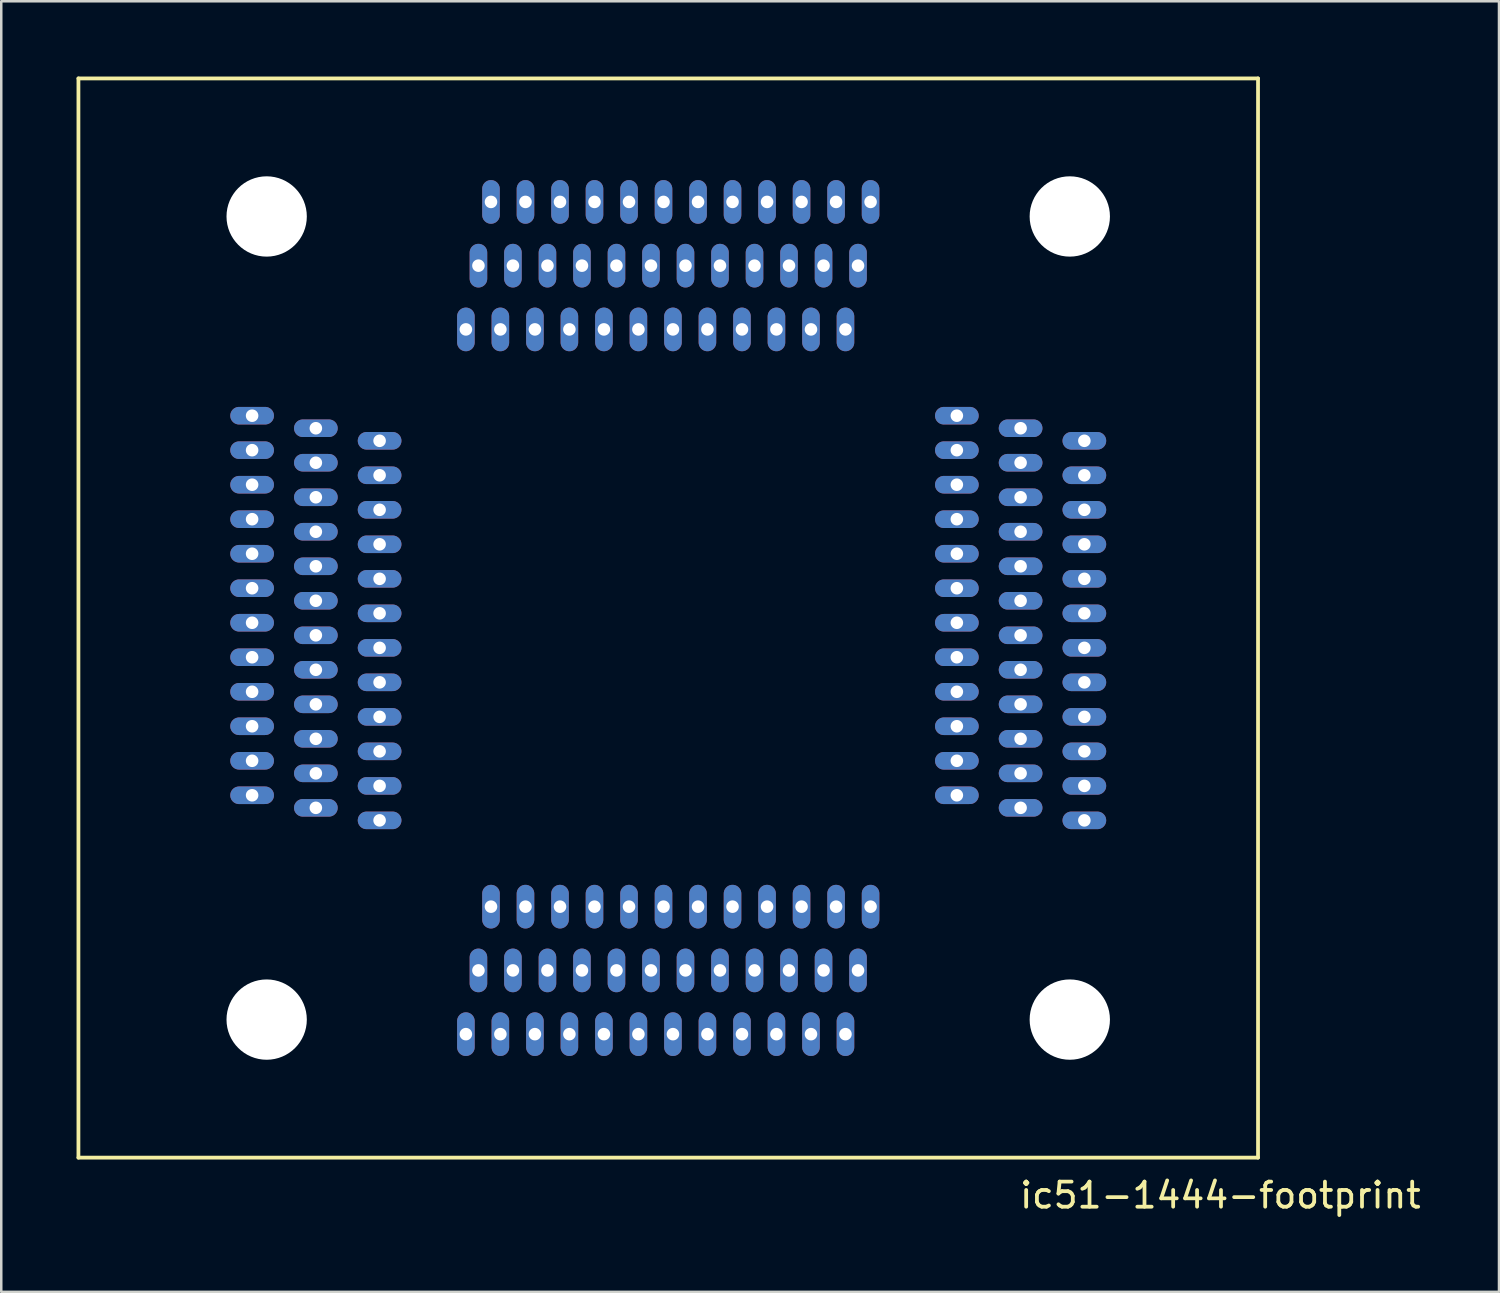
<source format=kicad_pcb>
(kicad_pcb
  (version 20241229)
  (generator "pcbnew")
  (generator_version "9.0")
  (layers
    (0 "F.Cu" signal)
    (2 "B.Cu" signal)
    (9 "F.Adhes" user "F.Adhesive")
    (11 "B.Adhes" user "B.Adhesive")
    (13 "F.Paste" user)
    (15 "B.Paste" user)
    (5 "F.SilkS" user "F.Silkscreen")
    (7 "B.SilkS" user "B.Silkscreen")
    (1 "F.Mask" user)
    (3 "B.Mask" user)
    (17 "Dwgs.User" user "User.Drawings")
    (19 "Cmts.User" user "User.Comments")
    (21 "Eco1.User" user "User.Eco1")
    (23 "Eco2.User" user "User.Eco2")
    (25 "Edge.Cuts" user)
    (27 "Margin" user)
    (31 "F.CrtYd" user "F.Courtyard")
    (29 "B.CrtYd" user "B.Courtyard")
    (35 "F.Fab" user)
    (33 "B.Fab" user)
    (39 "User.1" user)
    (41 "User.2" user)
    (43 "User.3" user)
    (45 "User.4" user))
  (footprint "ic51-1444-footprint"
    (layer "F.Cu")
    (at 23.575 21.575)
    (property "Reference" "ic51-1444-footprint" (at 22 23 0) (layer "F.SilkS") (effects (font (size 1 1) (thickness 0.15))))
    (attr through_hole)
    (fp_line (start -23.5 -21.5) (end -23.5 21.5) (stroke (width 0.15) (type solid)) (layer "F.SilkS"))
    (fp_line (start -23.5 21.5) (end 23.5 21.5) (stroke (width 0.15) (type solid)) (layer "F.SilkS"))
    (fp_line (start 23.5 -21.5) (end -23.5 -21.5) (stroke (width 0.15) (type solid)) (layer "F.SilkS"))
    (fp_line (start 23.5 21.5) (end 23.5 -21.5) (stroke (width 0.15) (type solid)) (layer "F.SilkS"))
    (pad "" np_thru_hole circle (at -16 -16) (size 3.2 3.2) (drill 3.2) (layers "*.Cu" "*.Mask"))
    (pad "" np_thru_hole circle (at -16 16) (size 3.2 3.2) (drill 3.2) (layers "*.Cu" "*.Mask"))
    (pad "" np_thru_hole circle (at 16 -16) (size 3.2 3.2) (drill 3.2) (layers "*.Cu" "*.Mask"))
    (pad "" np_thru_hole circle (at 16 16) (size 3.2 3.2) (drill 3.2) (layers "*.Cu" "*.Mask"))
    (pad "1" thru_hole oval (at -16.58 -8.062 90) (size 0.7 1.74) (drill 0.5) (layers "*.Cu" "*.Mask"))
    (pad "2" thru_hole oval (at -14.04 -7.562 90) (size 0.7 1.74) (drill 0.5) (layers "*.Cu" "*.Mask"))
    (pad "3" thru_hole oval (at -11.5 -7.062 90) (size 0.7 1.74) (drill 0.5) (layers "*.Cu" "*.Mask"))
    (pad "4" thru_hole oval (at -16.58 -6.688 90) (size 0.7 1.74) (drill 0.5) (layers "*.Cu" "*.Mask"))
    (pad "5" thru_hole oval (at -14.04 -6.188 90) (size 0.7 1.74) (drill 0.5) (layers "*.Cu" "*.Mask"))
    (pad "6" thru_hole oval (at -11.5 -5.688 90) (size 0.7 1.74) (drill 0.5) (layers "*.Cu" "*.Mask"))
    (pad "7" thru_hole oval (at -16.58 -5.312 90) (size 0.7 1.74) (drill 0.5) (layers "*.Cu" "*.Mask"))
    (pad "8" thru_hole oval (at -14.04 -4.812 90) (size 0.7 1.74) (drill 0.5) (layers "*.Cu" "*.Mask"))
    (pad "9" thru_hole oval (at -11.5 -4.312 90) (size 0.7 1.74) (drill 0.5) (layers "*.Cu" "*.Mask"))
    (pad "10" thru_hole oval (at -16.58 -3.938 90) (size 0.7 1.74) (drill 0.5) (layers "*.Cu" "*.Mask"))
    (pad "11" thru_hole oval (at -14.04 -3.438 90) (size 0.7 1.74) (drill 0.5) (layers "*.Cu" "*.Mask"))
    (pad "12" thru_hole oval (at -11.5 -2.938 90) (size 0.7 1.74) (drill 0.5) (layers "*.Cu" "*.Mask"))
    (pad "13" thru_hole oval (at -16.58 -2.562 90) (size 0.7 1.74) (drill 0.5) (layers "*.Cu" "*.Mask"))
    (pad "14" thru_hole oval (at -14.04 -2.062 90) (size 0.7 1.74) (drill 0.5) (layers "*.Cu" "*.Mask"))
    (pad "15" thru_hole oval (at -11.5 -1.562 90) (size 0.7 1.74) (drill 0.5) (layers "*.Cu" "*.Mask"))
    (pad "16" thru_hole oval (at -16.58 -1.188 90) (size 0.7 1.74) (drill 0.5) (layers "*.Cu" "*.Mask"))
    (pad "17" thru_hole oval (at -14.04 -0.688 90) (size 0.7 1.74) (drill 0.5) (layers "*.Cu" "*.Mask"))
    (pad "18" thru_hole oval (at -11.5 -0.188 90) (size 0.7 1.74) (drill 0.5) (layers "*.Cu" "*.Mask"))
    (pad "19" thru_hole oval (at -16.58 0.188 90) (size 0.7 1.74) (drill 0.5) (layers "*.Cu" "*.Mask"))
    (pad "20" thru_hole oval (at -14.04 0.688 90) (size 0.7 1.74) (drill 0.5) (layers "*.Cu" "*.Mask"))
    (pad "21" thru_hole oval (at -11.5 1.188 90) (size 0.7 1.74) (drill 0.5) (layers "*.Cu" "*.Mask"))
    (pad "22" thru_hole oval (at -16.58 1.562 90) (size 0.7 1.74) (drill 0.5) (layers "*.Cu" "*.Mask"))
    (pad "23" thru_hole oval (at -14.04 2.062 90) (size 0.7 1.74) (drill 0.5) (layers "*.Cu" "*.Mask"))
    (pad "24" thru_hole oval (at -11.5 2.562 90) (size 0.7 1.74) (drill 0.5) (layers "*.Cu" "*.Mask"))
    (pad "25" thru_hole oval (at -16.58 2.938 90) (size 0.7 1.74) (drill 0.5) (layers "*.Cu" "*.Mask"))
    (pad "26" thru_hole oval (at -14.04 3.438 90) (size 0.7 1.74) (drill 0.5) (layers "*.Cu" "*.Mask"))
    (pad "27" thru_hole oval (at -11.5 3.938 90) (size 0.7 1.74) (drill 0.5) (layers "*.Cu" "*.Mask"))
    (pad "28" thru_hole oval (at -16.58 4.312 90) (size 0.7 1.74) (drill 0.5) (layers "*.Cu" "*.Mask"))
    (pad "29" thru_hole oval (at -14.04 4.812 90) (size 0.7 1.74) (drill 0.5) (layers "*.Cu" "*.Mask"))
    (pad "30" thru_hole oval (at -11.5 5.312 90) (size 0.7 1.74) (drill 0.5) (layers "*.Cu" "*.Mask"))
    (pad "31" thru_hole oval (at -16.58 5.688 90) (size 0.7 1.74) (drill 0.5) (layers "*.Cu" "*.Mask"))
    (pad "32" thru_hole oval (at -14.04 6.188 90) (size 0.7 1.74) (drill 0.5) (layers "*.Cu" "*.Mask"))
    (pad "33" thru_hole oval (at -11.5 6.688 90) (size 0.7 1.74) (drill 0.5) (layers "*.Cu" "*.Mask"))
    (pad "34" thru_hole oval (at -16.58 7.062 90) (size 0.7 1.74) (drill 0.5) (layers "*.Cu" "*.Mask"))
    (pad "35" thru_hole oval (at -14.04 7.562 90) (size 0.7 1.74) (drill 0.5) (layers "*.Cu" "*.Mask"))
    (pad "36" thru_hole oval (at -11.5 8.062 90) (size 0.7 1.74) (drill 0.5) (layers "*.Cu" "*.Mask"))
    (pad "37" thru_hole oval (at -8.062 16.58) (size 0.7 1.74) (drill 0.5) (layers "*.Cu" "*.Mask"))
    (pad "38" thru_hole oval (at -7.562 14.04) (size 0.7 1.74) (drill 0.5) (layers "*.Cu" "*.Mask"))
    (pad "39" thru_hole oval (at -7.062 11.5) (size 0.7 1.74) (drill 0.5) (layers "*.Cu" "*.Mask"))
    (pad "40" thru_hole oval (at -6.688 16.58) (size 0.7 1.74) (drill 0.5) (layers "*.Cu" "*.Mask"))
    (pad "41" thru_hole oval (at -6.188 14.04) (size 0.7 1.74) (drill 0.5) (layers "*.Cu" "*.Mask"))
    (pad "42" thru_hole oval (at -5.688 11.5) (size 0.7 1.74) (drill 0.5) (layers "*.Cu" "*.Mask"))
    (pad "43" thru_hole oval (at -5.312 16.58) (size 0.7 1.74) (drill 0.5) (layers "*.Cu" "*.Mask"))
    (pad "44" thru_hole oval (at -4.812 14.04) (size 0.7 1.74) (drill 0.5) (layers "*.Cu" "*.Mask"))
    (pad "45" thru_hole oval (at -4.312 11.5) (size 0.7 1.74) (drill 0.5) (layers "*.Cu" "*.Mask"))
    (pad "46" thru_hole oval (at -3.938 16.58) (size 0.7 1.74) (drill 0.5) (layers "*.Cu" "*.Mask"))
    (pad "47" thru_hole oval (at -3.438 14.04) (size 0.7 1.74) (drill 0.5) (layers "*.Cu" "*.Mask"))
    (pad "48" thru_hole oval (at -2.938 11.5) (size 0.7 1.74) (drill 0.5) (layers "*.Cu" "*.Mask"))
    (pad "49" thru_hole oval (at -2.562 16.58) (size 0.7 1.74) (drill 0.5) (layers "*.Cu" "*.Mask"))
    (pad "50" thru_hole oval (at -2.062 14.04) (size 0.7 1.74) (drill 0.5) (layers "*.Cu" "*.Mask"))
    (pad "51" thru_hole oval (at -1.562 11.5) (size 0.7 1.74) (drill 0.5) (layers "*.Cu" "*.Mask"))
    (pad "52" thru_hole oval (at -1.188 16.58) (size 0.7 1.74) (drill 0.5) (layers "*.Cu" "*.Mask"))
    (pad "53" thru_hole oval (at -0.688 14.04) (size 0.7 1.74) (drill 0.5) (layers "*.Cu" "*.Mask"))
    (pad "54" thru_hole oval (at -0.188 11.5) (size 0.7 1.74) (drill 0.5) (layers "*.Cu" "*.Mask"))
    (pad "55" thru_hole oval (at 0.188 16.58) (size 0.7 1.74) (drill 0.5) (layers "*.Cu" "*.Mask"))
    (pad "56" thru_hole oval (at 0.688 14.04) (size 0.7 1.74) (drill 0.5) (layers "*.Cu" "*.Mask"))
    (pad "57" thru_hole oval (at 1.188 11.5) (size 0.7 1.74) (drill 0.5) (layers "*.Cu" "*.Mask"))
    (pad "58" thru_hole oval (at 1.562 16.58) (size 0.7 1.74) (drill 0.5) (layers "*.Cu" "*.Mask"))
    (pad "59" thru_hole oval (at 2.062 14.04) (size 0.7 1.74) (drill 0.5) (layers "*.Cu" "*.Mask"))
    (pad "60" thru_hole oval (at 2.562 11.5) (size 0.7 1.74) (drill 0.5) (layers "*.Cu" "*.Mask"))
    (pad "61" thru_hole oval (at 2.938 16.58) (size 0.7 1.74) (drill 0.5) (layers "*.Cu" "*.Mask"))
    (pad "62" thru_hole oval (at 3.438 14.04) (size 0.7 1.74) (drill 0.5) (layers "*.Cu" "*.Mask"))
    (pad "63" thru_hole oval (at 3.938 11.5) (size 0.7 1.74) (drill 0.5) (layers "*.Cu" "*.Mask"))
    (pad "64" thru_hole oval (at 4.312 16.58) (size 0.7 1.74) (drill 0.5) (layers "*.Cu" "*.Mask"))
    (pad "65" thru_hole oval (at 4.812 14.04) (size 0.7 1.74) (drill 0.5) (layers "*.Cu" "*.Mask"))
    (pad "66" thru_hole oval (at 5.312 11.5) (size 0.7 1.74) (drill 0.5) (layers "*.Cu" "*.Mask"))
    (pad "67" thru_hole oval (at 5.688 16.58) (size 0.7 1.74) (drill 0.5) (layers "*.Cu" "*.Mask"))
    (pad "68" thru_hole oval (at 6.188 14.04) (size 0.7 1.74) (drill 0.5) (layers "*.Cu" "*.Mask"))
    (pad "69" thru_hole oval (at 6.688 11.5) (size 0.7 1.74) (drill 0.5) (layers "*.Cu" "*.Mask"))
    (pad "70" thru_hole oval (at 7.062 16.58) (size 0.7 1.74) (drill 0.5) (layers "*.Cu" "*.Mask"))
    (pad "71" thru_hole oval (at 7.562 14.04) (size 0.7 1.74) (drill 0.5) (layers "*.Cu" "*.Mask"))
    (pad "72" thru_hole oval (at 8.062 11.5) (size 0.7 1.74) (drill 0.5) (layers "*.Cu" "*.Mask"))
    (pad "73" thru_hole oval (at 16.58 8.062 90) (size 0.7 1.74) (drill 0.5) (layers "*.Cu" "*.Mask"))
    (pad "74" thru_hole oval (at 14.04 7.562 90) (size 0.7 1.74) (drill 0.5) (layers "*.Cu" "*.Mask"))
    (pad "75" thru_hole oval (at 11.5 7.062 90) (size 0.7 1.74) (drill 0.5) (layers "*.Cu" "*.Mask"))
    (pad "76" thru_hole oval (at 16.58 6.688 90) (size 0.7 1.74) (drill 0.5) (layers "*.Cu" "*.Mask"))
    (pad "77" thru_hole oval (at 14.04 6.188 90) (size 0.7 1.74) (drill 0.5) (layers "*.Cu" "*.Mask"))
    (pad "78" thru_hole oval (at 11.5 5.688 90) (size 0.7 1.74) (drill 0.5) (layers "*.Cu" "*.Mask"))
    (pad "79" thru_hole oval (at 16.58 5.312 90) (size 0.7 1.74) (drill 0.5) (layers "*.Cu" "*.Mask"))
    (pad "80" thru_hole oval (at 14.04 4.812 90) (size 0.7 1.74) (drill 0.5) (layers "*.Cu" "*.Mask"))
    (pad "81" thru_hole oval (at 11.5 4.312 90) (size 0.7 1.74) (drill 0.5) (layers "*.Cu" "*.Mask"))
    (pad "82" thru_hole oval (at 16.58 3.938 90) (size 0.7 1.74) (drill 0.5) (layers "*.Cu" "*.Mask"))
    (pad "83" thru_hole oval (at 14.04 3.438 90) (size 0.7 1.74) (drill 0.5) (layers "*.Cu" "*.Mask"))
    (pad "84" thru_hole oval (at 11.5 2.938 90) (size 0.7 1.74) (drill 0.5) (layers "*.Cu" "*.Mask"))
    (pad "85" thru_hole oval (at 16.58 2.562 90) (size 0.7 1.74) (drill 0.5) (layers "*.Cu" "*.Mask"))
    (pad "86" thru_hole oval (at 14.04 2.062 90) (size 0.7 1.74) (drill 0.5) (layers "*.Cu" "*.Mask"))
    (pad "87" thru_hole oval (at 11.5 1.562 90) (size 0.7 1.74) (drill 0.5) (layers "*.Cu" "*.Mask"))
    (pad "88" thru_hole oval (at 16.58 1.188 90) (size 0.7 1.74) (drill 0.5) (layers "*.Cu" "*.Mask"))
    (pad "89" thru_hole oval (at 14.04 0.688 90) (size 0.7 1.74) (drill 0.5) (layers "*.Cu" "*.Mask"))
    (pad "90" thru_hole oval (at 11.5 0.188 90) (size 0.7 1.74) (drill 0.5) (layers "*.Cu" "*.Mask"))
    (pad "91" thru_hole oval (at 16.58 -0.188 90) (size 0.7 1.74) (drill 0.5) (layers "*.Cu" "*.Mask"))
    (pad "92" thru_hole oval (at 14.04 -0.688 90) (size 0.7 1.74) (drill 0.5) (layers "*.Cu" "*.Mask"))
    (pad "93" thru_hole oval (at 11.5 -1.188 90) (size 0.7 1.74) (drill 0.5) (layers "*.Cu" "*.Mask"))
    (pad "94" thru_hole oval (at 16.58 -1.562 90) (size 0.7 1.74) (drill 0.5) (layers "*.Cu" "*.Mask"))
    (pad "95" thru_hole oval (at 14.04 -2.062 90) (size 0.7 1.74) (drill 0.5) (layers "*.Cu" "*.Mask"))
    (pad "96" thru_hole oval (at 11.5 -2.562 90) (size 0.7 1.74) (drill 0.5) (layers "*.Cu" "*.Mask"))
    (pad "97" thru_hole oval (at 16.58 -2.938 90) (size 0.7 1.74) (drill 0.5) (layers "*.Cu" "*.Mask"))
    (pad "98" thru_hole oval (at 14.04 -3.438 90) (size 0.7 1.74) (drill 0.5) (layers "*.Cu" "*.Mask"))
    (pad "99" thru_hole oval (at 11.5 -3.938 90) (size 0.7 1.74) (drill 0.5) (layers "*.Cu" "*.Mask"))
    (pad "100" thru_hole oval (at 16.58 -4.312 90) (size 0.7 1.74) (drill 0.5) (layers "*.Cu" "*.Mask"))
    (pad "101" thru_hole oval (at 14.04 -4.812 90) (size 0.7 1.74) (drill 0.5) (layers "*.Cu" "*.Mask"))
    (pad "102" thru_hole oval (at 11.5 -5.312 90) (size 0.7 1.74) (drill 0.5) (layers "*.Cu" "*.Mask"))
    (pad "103" thru_hole oval (at 16.58 -5.688 90) (size 0.7 1.74) (drill 0.5) (layers "*.Cu" "*.Mask"))
    (pad "104" thru_hole oval (at 14.04 -6.188 90) (size 0.7 1.74) (drill 0.5) (layers "*.Cu" "*.Mask"))
    (pad "105" thru_hole oval (at 11.5 -6.688 90) (size 0.7 1.74) (drill 0.5) (layers "*.Cu" "*.Mask"))
    (pad "106" thru_hole oval (at 16.58 -7.062 90) (size 0.7 1.74) (drill 0.5) (layers "*.Cu" "*.Mask"))
    (pad "107" thru_hole oval (at 14.04 -7.562 90) (size 0.7 1.74) (drill 0.5) (layers "*.Cu" "*.Mask"))
    (pad "108" thru_hole oval (at 11.5 -8.062 90) (size 0.7 1.74) (drill 0.5) (layers "*.Cu" "*.Mask"))
    (pad "109" thru_hole oval (at 8.062 -16.58 180) (size 0.7 1.74) (drill 0.5) (layers "*.Cu" "*.Mask"))
    (pad "110" thru_hole oval (at 7.562 -14.04 180) (size 0.7 1.74) (drill 0.5) (layers "*.Cu" "*.Mask"))
    (pad "111" thru_hole oval (at 7.062 -11.5 180) (size 0.7 1.74) (drill 0.5) (layers "*.Cu" "*.Mask"))
    (pad "112" thru_hole oval (at 6.688 -16.58 180) (size 0.7 1.74) (drill 0.5) (layers "*.Cu" "*.Mask"))
    (pad "113" thru_hole oval (at 6.188 -14.04 180) (size 0.7 1.74) (drill 0.5) (layers "*.Cu" "*.Mask"))
    (pad "114" thru_hole oval (at 5.688 -11.5 180) (size 0.7 1.74) (drill 0.5) (layers "*.Cu" "*.Mask"))
    (pad "115" thru_hole oval (at 5.312 -16.58 180) (size 0.7 1.74) (drill 0.5) (layers "*.Cu" "*.Mask"))
    (pad "116" thru_hole oval (at 4.812 -14.04 180) (size 0.7 1.74) (drill 0.5) (layers "*.Cu" "*.Mask"))
    (pad "117" thru_hole oval (at 4.312 -11.5 180) (size 0.7 1.74) (drill 0.5) (layers "*.Cu" "*.Mask"))
    (pad "118" thru_hole oval (at 3.938 -16.58 180) (size 0.7 1.74) (drill 0.5) (layers "*.Cu" "*.Mask"))
    (pad "119" thru_hole oval (at 3.438 -14.04 180) (size 0.7 1.74) (drill 0.5) (layers "*.Cu" "*.Mask"))
    (pad "120" thru_hole oval (at 2.938 -11.5 180) (size 0.7 1.74) (drill 0.5) (layers "*.Cu" "*.Mask"))
    (pad "121" thru_hole oval (at 2.562 -16.58 180) (size 0.7 1.74) (drill 0.5) (layers "*.Cu" "*.Mask"))
    (pad "122" thru_hole oval (at 2.062 -14.04 180) (size 0.7 1.74) (drill 0.5) (layers "*.Cu" "*.Mask"))
    (pad "123" thru_hole oval (at 1.562 -11.5 180) (size 0.7 1.74) (drill 0.5) (layers "*.Cu" "*.Mask"))
    (pad "124" thru_hole oval (at 1.188 -16.58 180) (size 0.7 1.74) (drill 0.5) (layers "*.Cu" "*.Mask"))
    (pad "125" thru_hole oval (at 0.688 -14.04 180) (size 0.7 1.74) (drill 0.5) (layers "*.Cu" "*.Mask"))
    (pad "126" thru_hole oval (at 0.188 -11.5 180) (size 0.7 1.74) (drill 0.5) (layers "*.Cu" "*.Mask"))
    (pad "127" thru_hole oval (at -0.188 -16.58 180) (size 0.7 1.74) (drill 0.5) (layers "*.Cu" "*.Mask"))
    (pad "128" thru_hole oval (at -0.688 -14.04 180) (size 0.7 1.74) (drill 0.5) (layers "*.Cu" "*.Mask"))
    (pad "129" thru_hole oval (at -1.188 -11.5 180) (size 0.7 1.74) (drill 0.5) (layers "*.Cu" "*.Mask"))
    (pad "130" thru_hole oval (at -1.562 -16.58 180) (size 0.7 1.74) (drill 0.5) (layers "*.Cu" "*.Mask"))
    (pad "131" thru_hole oval (at -2.062 -14.04 180) (size 0.7 1.74) (drill 0.5) (layers "*.Cu" "*.Mask"))
    (pad "132" thru_hole oval (at -2.562 -11.5 180) (size 0.7 1.74) (drill 0.5) (layers "*.Cu" "*.Mask"))
    (pad "133" thru_hole oval (at -2.938 -16.58 180) (size 0.7 1.74) (drill 0.5) (layers "*.Cu" "*.Mask"))
    (pad "134" thru_hole oval (at -3.438 -14.04 180) (size 0.7 1.74) (drill 0.5) (layers "*.Cu" "*.Mask"))
    (pad "135" thru_hole oval (at -3.938 -11.5 180) (size 0.7 1.74) (drill 0.5) (layers "*.Cu" "*.Mask"))
    (pad "136" thru_hole oval (at -4.312 -16.58 180) (size 0.7 1.74) (drill 0.5) (layers "*.Cu" "*.Mask"))
    (pad "137" thru_hole oval (at -4.812 -14.04 180) (size 0.7 1.74) (drill 0.5) (layers "*.Cu" "*.Mask"))
    (pad "138" thru_hole oval (at -5.312 -11.5 180) (size 0.7 1.74) (drill 0.5) (layers "*.Cu" "*.Mask"))
    (pad "139" thru_hole oval (at -5.688 -16.58 180) (size 0.7 1.74) (drill 0.5) (layers "*.Cu" "*.Mask"))
    (pad "140" thru_hole oval (at -6.188 -14.04 180) (size 0.7 1.74) (drill 0.5) (layers "*.Cu" "*.Mask"))
    (pad "141" thru_hole oval (at -6.688 -11.5 180) (size 0.7 1.74) (drill 0.5) (layers "*.Cu" "*.Mask"))
    (pad "142" thru_hole oval (at -7.062 -16.58 180) (size 0.7 1.74) (drill 0.5) (layers "*.Cu" "*.Mask"))
    (pad "143" thru_hole oval (at -7.562 -14.04 180) (size 0.7 1.74) (drill 0.5) (layers "*.Cu" "*.Mask"))
    (pad "144" thru_hole oval (at -8.062 -11.5 180) (size 0.7 1.74) (drill 0.5) (layers "*.Cu" "*.Mask")))
  (gr_rect
    (start -3 -3)
    (end 56.676 48.423)
    (stroke (width 0.1) (type default))
    (fill no)
    (layer "Edge.Cuts")))
</source>
